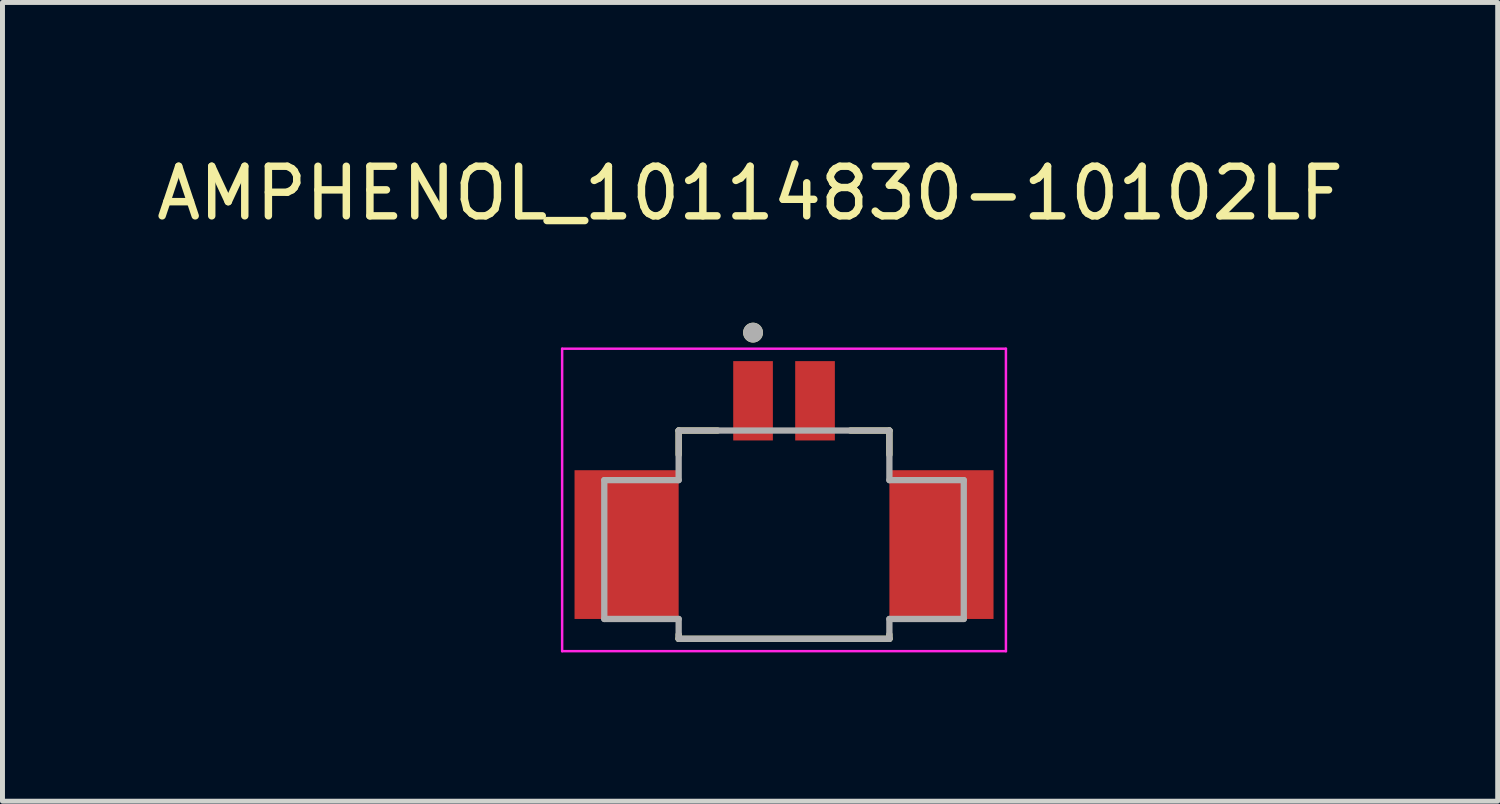
<source format=kicad_pcb>
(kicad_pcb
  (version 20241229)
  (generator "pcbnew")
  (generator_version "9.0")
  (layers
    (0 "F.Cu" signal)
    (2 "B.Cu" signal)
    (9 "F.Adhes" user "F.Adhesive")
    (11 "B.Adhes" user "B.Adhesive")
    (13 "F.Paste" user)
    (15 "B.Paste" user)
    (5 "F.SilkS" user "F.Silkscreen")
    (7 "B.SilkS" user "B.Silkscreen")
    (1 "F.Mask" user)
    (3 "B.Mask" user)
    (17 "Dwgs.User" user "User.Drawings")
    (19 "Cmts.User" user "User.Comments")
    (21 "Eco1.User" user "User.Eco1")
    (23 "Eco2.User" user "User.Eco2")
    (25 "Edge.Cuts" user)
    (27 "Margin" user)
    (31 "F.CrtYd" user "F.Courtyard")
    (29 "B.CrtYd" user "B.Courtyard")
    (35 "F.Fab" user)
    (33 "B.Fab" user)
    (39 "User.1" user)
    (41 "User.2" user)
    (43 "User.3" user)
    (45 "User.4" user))
  (footprint "AMPHENOL_10114830-10102LF"
    (layer "F.Cu")
    (at 12.762 7.733)
    (property "Reference" "AMPHENOL_10114830-10102LF" (at -0.685 -6.885 0) (layer "F.SilkS") (effects (font (size 1 1) (thickness 0.15))))
    (attr smd)
    (fp_line (start -2.125 -2.1) (end -2.125 -1.613) (stroke (width 0.127) (type solid)) (layer "F.SilkS"))
    (fp_line (start -2.125 2.014) (end -2.125 2.1) (stroke (width 0.127) (type solid)) (layer "F.SilkS"))
    (fp_line (start -2.125 2.1) (end 2.125 2.1) (stroke (width 0.127) (type solid)) (layer "F.SilkS"))
    (fp_line (start -1.339 -2.1) (end -2.125 -2.1) (stroke (width 0.127) (type solid)) (layer "F.SilkS"))
    (fp_line (start 2.125 -2.1) (end 1.339 -2.1) (stroke (width 0.127) (type solid)) (layer "F.SilkS"))
    (fp_line (start 2.125 -1.613) (end 2.125 -2.1) (stroke (width 0.127) (type solid)) (layer "F.SilkS"))
    (fp_line (start 2.125 2.014) (end 2.125 2.1) (stroke (width 0.127) (type solid)) (layer "F.SilkS"))
    (fp_circle (center -0.625 -4.075) (end -0.525 -4.075) (stroke (width 0.2) (type solid)) (fill no) (layer "F.SilkS"))
    (fp_line (start -4.475 -3.75) (end -4.475 2.35) (stroke (width 0.05) (type solid)) (layer "F.CrtYd"))
    (fp_line (start -4.475 2.35) (end 4.475 2.35) (stroke (width 0.05) (type solid)) (layer "F.CrtYd"))
    (fp_line (start 4.475 -3.75) (end -4.475 -3.75) (stroke (width 0.05) (type solid)) (layer "F.CrtYd"))
    (fp_line (start 4.475 2.35) (end 4.475 -3.75) (stroke (width 0.05) (type solid)) (layer "F.CrtYd"))
    (fp_line (start -3.625 -1.1) (end -3.625 1.7) (stroke (width 0.127) (type solid)) (layer "F.Fab"))
    (fp_line (start -3.625 1.7) (end -2.125 1.7) (stroke (width 0.127) (type solid)) (layer "F.Fab"))
    (fp_line (start -2.125 -2.1) (end -2.125 -1.1) (stroke (width 0.127) (type solid)) (layer "F.Fab"))
    (fp_line (start -2.125 -1.1) (end -3.625 -1.1) (stroke (width 0.127) (type solid)) (layer "F.Fab"))
    (fp_line (start -2.125 1.7) (end -2.125 2.1) (stroke (width 0.127) (type solid)) (layer "F.Fab"))
    (fp_line (start -2.125 2.1) (end 2.125 2.1) (stroke (width 0.127) (type solid)) (layer "F.Fab"))
    (fp_line (start 2.125 -2.1) (end -2.125 -2.1) (stroke (width 0.127) (type solid)) (layer "F.Fab"))
    (fp_line (start 2.125 -1.1) (end 2.125 -2.1) (stroke (width 0.127) (type solid)) (layer "F.Fab"))
    (fp_line (start 2.125 1.7) (end 3.625 1.7) (stroke (width 0.127) (type solid)) (layer "F.Fab"))
    (fp_line (start 2.125 2.1) (end 2.125 1.7) (stroke (width 0.127) (type solid)) (layer "F.Fab"))
    (fp_line (start 3.625 -1.1) (end 2.125 -1.1) (stroke (width 0.127) (type solid)) (layer "F.Fab"))
    (fp_line (start 3.625 1.7) (end 3.625 -1.1) (stroke (width 0.127) (type solid)) (layer "F.Fab"))
    (fp_circle (center -0.625 -4.075) (end -0.525 -4.075) (stroke (width 0.2) (type solid)) (fill no) (layer "F.Fab"))
    (pad "1" smd rect (at -0.625 -2.7) (size 0.8 1.6) (layers "F.Cu" "F.Mask" "F.Paste"))
    (pad "2" smd rect (at 0.625 -2.7) (size 0.8 1.6) (layers "F.Cu" "F.Mask" "F.Paste"))
    (pad "SH1" smd rect (at -3.175 0.2) (size 2.1 3) (layers "F.Cu" "F.Mask" "F.Paste"))
    (pad "SH2" smd rect (at 3.175 0.2) (size 2.1 3) (layers "F.Cu" "F.Mask" "F.Paste")))
  (gr_rect
    (start -3 -3)
    (end 27.155 13.108)
    (stroke (width 0.1) (type default))
    (fill no)
    (layer "Edge.Cuts")))
</source>
